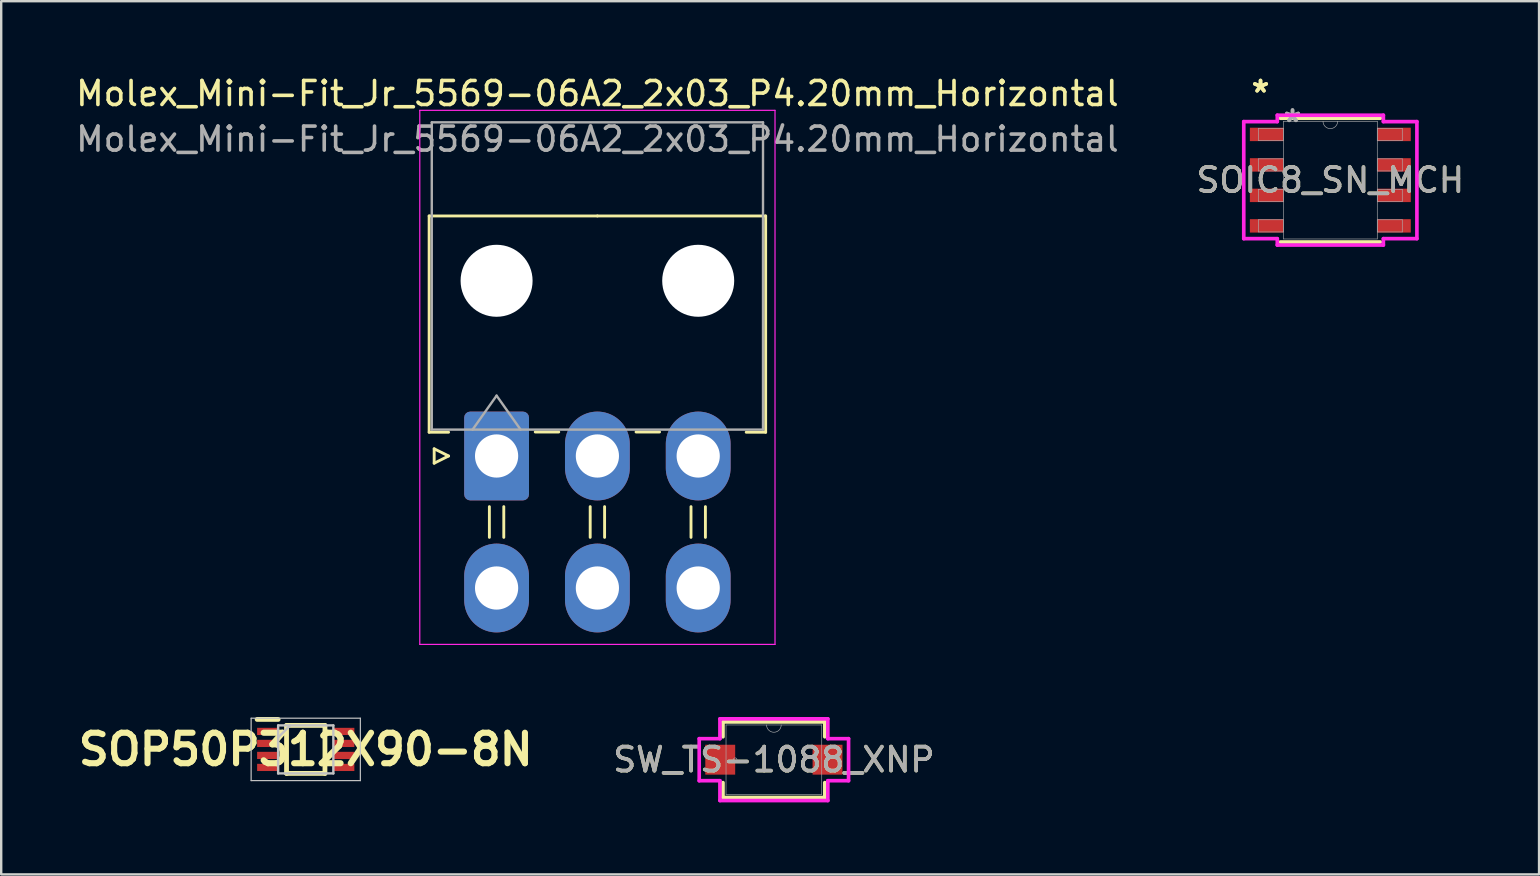
<source format=kicad_pcb>
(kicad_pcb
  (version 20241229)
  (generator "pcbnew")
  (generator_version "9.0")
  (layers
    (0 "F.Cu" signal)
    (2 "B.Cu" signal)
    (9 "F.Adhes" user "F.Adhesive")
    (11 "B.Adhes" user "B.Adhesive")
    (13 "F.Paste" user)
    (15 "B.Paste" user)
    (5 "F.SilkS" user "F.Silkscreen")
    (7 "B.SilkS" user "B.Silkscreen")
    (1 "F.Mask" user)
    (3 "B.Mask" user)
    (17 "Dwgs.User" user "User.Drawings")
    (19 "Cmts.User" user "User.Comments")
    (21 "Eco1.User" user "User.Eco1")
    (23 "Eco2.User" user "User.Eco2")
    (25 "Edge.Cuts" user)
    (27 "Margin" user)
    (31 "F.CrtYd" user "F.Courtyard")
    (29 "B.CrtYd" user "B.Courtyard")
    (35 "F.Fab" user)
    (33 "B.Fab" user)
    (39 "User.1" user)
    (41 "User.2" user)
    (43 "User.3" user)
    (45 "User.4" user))
  (footprint "SOIC8_SN_MCH"
    (layer "F.Cu")
    (at 52.375 4.455)
    (property "Reference" "SOIC8_SN_MCH" (at 0 0 0) (unlocked yes) (layer "F.SilkS") (effects (font (size 1 1) (thickness 0.15))))
    (attr smd)
    (fp_line (start -2.083 2.578) (end 2.083 2.578) (stroke (width 0.152) (type solid)) (layer "F.SilkS"))
    (fp_line (start 2.083 -2.578) (end -2.083 -2.578) (stroke (width 0.152) (type solid)) (layer "F.SilkS"))
    (fp_line (start -3.607 -2.438) (end -2.21 -2.438) (stroke (width 0.152) (type solid)) (layer "F.CrtYd"))
    (fp_line (start -3.607 2.438) (end -3.607 -2.438) (stroke (width 0.152) (type solid)) (layer "F.CrtYd"))
    (fp_line (start -3.607 2.438) (end -2.21 2.438) (stroke (width 0.152) (type solid)) (layer "F.CrtYd"))
    (fp_line (start -2.21 -2.705) (end 2.21 -2.705) (stroke (width 0.152) (type solid)) (layer "F.CrtYd"))
    (fp_line (start -2.21 -2.438) (end -2.21 -2.705) (stroke (width 0.152) (type solid)) (layer "F.CrtYd"))
    (fp_line (start -2.21 2.705) (end -2.21 2.438) (stroke (width 0.152) (type solid)) (layer "F.CrtYd"))
    (fp_line (start 2.21 -2.705) (end 2.21 -2.438) (stroke (width 0.152) (type solid)) (layer "F.CrtYd"))
    (fp_line (start 2.21 2.438) (end 2.21 2.705) (stroke (width 0.152) (type solid)) (layer "F.CrtYd"))
    (fp_line (start 2.21 2.705) (end -2.21 2.705) (stroke (width 0.152) (type solid)) (layer "F.CrtYd"))
    (fp_line (start 3.607 -2.438) (end 2.21 -2.438) (stroke (width 0.152) (type solid)) (layer "F.CrtYd"))
    (fp_line (start 3.607 -2.438) (end 3.607 2.438) (stroke (width 0.152) (type solid)) (layer "F.CrtYd"))
    (fp_line (start 3.607 2.438) (end 2.21 2.438) (stroke (width 0.152) (type solid)) (layer "F.CrtYd"))
    (fp_line (start -2.997 -2.159) (end -2.997 -1.651) (stroke (width 0.025) (type solid)) (layer "F.Fab"))
    (fp_line (start -2.997 -1.651) (end -1.956 -1.651) (stroke (width 0.025) (type solid)) (layer "F.Fab"))
    (fp_line (start -2.997 -0.889) (end -2.997 -0.381) (stroke (width 0.025) (type solid)) (layer "F.Fab"))
    (fp_line (start -2.997 -0.381) (end -1.956 -0.381) (stroke (width 0.025) (type solid)) (layer "F.Fab"))
    (fp_line (start -2.997 0.381) (end -2.997 0.889) (stroke (width 0.025) (type solid)) (layer "F.Fab"))
    (fp_line (start -2.997 0.889) (end -1.956 0.889) (stroke (width 0.025) (type solid)) (layer "F.Fab"))
    (fp_line (start -2.997 1.651) (end -2.997 2.159) (stroke (width 0.025) (type solid)) (layer "F.Fab"))
    (fp_line (start -2.997 2.159) (end -1.956 2.159) (stroke (width 0.025) (type solid)) (layer "F.Fab"))
    (fp_line (start -1.956 -2.451) (end -1.956 2.451) (stroke (width 0.025) (type solid)) (layer "F.Fab"))
    (fp_line (start -1.956 -2.159) (end -2.997 -2.159) (stroke (width 0.025) (type solid)) (layer "F.Fab"))
    (fp_line (start -1.956 -1.651) (end -1.956 -2.159) (stroke (width 0.025) (type solid)) (layer "F.Fab"))
    (fp_line (start -1.956 -0.889) (end -2.997 -0.889) (stroke (width 0.025) (type solid)) (layer "F.Fab"))
    (fp_line (start -1.956 -0.381) (end -1.956 -0.889) (stroke (width 0.025) (type solid)) (layer "F.Fab"))
    (fp_line (start -1.956 0.381) (end -2.997 0.381) (stroke (width 0.025) (type solid)) (layer "F.Fab"))
    (fp_line (start -1.956 0.889) (end -1.956 0.381) (stroke (width 0.025) (type solid)) (layer "F.Fab"))
    (fp_line (start -1.956 1.651) (end -2.997 1.651) (stroke (width 0.025) (type solid)) (layer "F.Fab"))
    (fp_line (start -1.956 2.159) (end -1.956 1.651) (stroke (width 0.025) (type solid)) (layer "F.Fab"))
    (fp_line (start -1.956 2.451) (end 1.956 2.451) (stroke (width 0.025) (type solid)) (layer "F.Fab"))
    (fp_line (start 1.956 -2.451) (end -1.956 -2.451) (stroke (width 0.025) (type solid)) (layer "F.Fab"))
    (fp_line (start 1.956 -2.159) (end 1.956 -1.651) (stroke (width 0.025) (type solid)) (layer "F.Fab"))
    (fp_line (start 1.956 -1.651) (end 2.997 -1.651) (stroke (width 0.025) (type solid)) (layer "F.Fab"))
    (fp_line (start 1.956 -0.889) (end 1.956 -0.381) (stroke (width 0.025) (type solid)) (layer "F.Fab"))
    (fp_line (start 1.956 -0.381) (end 2.997 -0.381) (stroke (width 0.025) (type solid)) (layer "F.Fab"))
    (fp_line (start 1.956 0.381) (end 1.956 0.889) (stroke (width 0.025) (type solid)) (layer "F.Fab"))
    (fp_line (start 1.956 0.889) (end 2.997 0.889) (stroke (width 0.025) (type solid)) (layer "F.Fab"))
    (fp_line (start 1.956 1.651) (end 1.956 2.159) (stroke (width 0.025) (type solid)) (layer "F.Fab"))
    (fp_line (start 1.956 2.159) (end 2.997 2.159) (stroke (width 0.025) (type solid)) (layer "F.Fab"))
    (fp_line (start 1.956 2.451) (end 1.956 -2.451) (stroke (width 0.025) (type solid)) (layer "F.Fab"))
    (fp_line (start 2.997 -2.159) (end 1.956 -2.159) (stroke (width 0.025) (type solid)) (layer "F.Fab"))
    (fp_line (start 2.997 -1.651) (end 2.997 -2.159) (stroke (width 0.025) (type solid)) (layer "F.Fab"))
    (fp_line (start 2.997 -0.889) (end 1.956 -0.889) (stroke (width 0.025) (type solid)) (layer "F.Fab"))
    (fp_line (start 2.997 -0.381) (end 2.997 -0.889) (stroke (width 0.025) (type solid)) (layer "F.Fab"))
    (fp_line (start 2.997 0.381) (end 1.956 0.381) (stroke (width 0.025) (type solid)) (layer "F.Fab"))
    (fp_line (start 2.997 0.889) (end 2.997 0.381) (stroke (width 0.025) (type solid)) (layer "F.Fab"))
    (fp_line (start 2.997 1.651) (end 1.956 1.651) (stroke (width 0.025) (type solid)) (layer "F.Fab"))
    (fp_line (start 2.997 2.159) (end 2.997 1.651) (stroke (width 0.025) (type solid)) (layer "F.Fab"))
    (fp_arc (start 0.3048 -2.4511) (mid 0 -2.1463) (end -0.3048 -2.4511) (stroke (width 0.0254) (type solid)) (layer "F.Fab"))
    (fp_text user "*" (at -2.908 -3.607 0) (unlocked yes) (layer "F.SilkS") (effects (font (size 1 1) (thickness 0.15))))
    (fp_text user "*" (at -2.908 -3.607 0) (layer "F.SilkS") (effects (font (size 1 1) (thickness 0.15))))
    (fp_text user "*" (at -1.575 -2.375 0) (layer "F.Fab") (effects (font (size 1 1) (thickness 0.15))))
    (fp_text user "${REFERENCE}" (at 0 0 0) (unlocked yes) (layer "F.Fab") (effects (font (size 1 1) (thickness 0.15))))
    (fp_text user "*" (at -1.575 -2.375 0) (unlocked yes) (layer "F.Fab") (effects (font (size 1 1) (thickness 0.15))))
    (pad "1" smd rect (at -2.654 -1.905) (size 1.397 0.559) (layers "F.Cu" "F.Mask" "F.Paste"))
    (pad "2" smd rect (at -2.654 -0.635) (size 1.397 0.559) (layers "F.Cu" "F.Mask" "F.Paste"))
    (pad "3" smd rect (at -2.654 0.635) (size 1.397 0.559) (layers "F.Cu" "F.Mask" "F.Paste"))
    (pad "4" smd rect (at -2.654 1.905) (size 1.397 0.559) (layers "F.Cu" "F.Mask" "F.Paste"))
    (pad "5" smd rect (at 2.654 1.905) (size 1.397 0.559) (layers "F.Cu" "F.Mask" "F.Paste"))
    (pad "6" smd rect (at 2.654 0.635) (size 1.397 0.559) (layers "F.Cu" "F.Mask" "F.Paste"))
    (pad "7" smd rect (at 2.654 -0.635) (size 1.397 0.559) (layers "F.Cu" "F.Mask" "F.Paste"))
    (pad "8" smd rect (at 2.654 -1.905) (size 1.397 0.559) (layers "F.Cu" "F.Mask" "F.Paste")))
  (footprint "SOP50P312X90-8N"
    (layer "F.Cu")
    (at 9.688 28.173)
    (property "Reference" "SOP50P312X90-8N" (at 0 0 0) (layer "F.SilkS") (effects (font (size 1.27 1.27) (thickness 0.254))))
    (attr smd)
    (fp_line (start -2.025 -1.25) (end -1.15 -1.25) (stroke (width 0.2) (type solid)) (layer "F.SilkS"))
    (fp_line (start -0.8 -1) (end 0.8 -1) (stroke (width 0.2) (type solid)) (layer "F.SilkS"))
    (fp_line (start -0.8 1) (end -0.8 -1) (stroke (width 0.2) (type solid)) (layer "F.SilkS"))
    (fp_line (start 0.8 -1) (end 0.8 1) (stroke (width 0.2) (type solid)) (layer "F.SilkS"))
    (fp_line (start 0.8 1) (end -0.8 1) (stroke (width 0.2) (type solid)) (layer "F.SilkS"))
    (fp_line (start -2.275 -1.3) (end 2.275 -1.3) (stroke (width 0.05) (type solid)) (layer "Dwgs.User"))
    (fp_line (start -2.275 1.3) (end -2.275 -1.3) (stroke (width 0.05) (type solid)) (layer "Dwgs.User"))
    (fp_line (start -1.15 -1) (end 1.15 -1) (stroke (width 0.1) (type solid)) (layer "Dwgs.User"))
    (fp_line (start -1.15 -0.5) (end -0.65 -1) (stroke (width 0.1) (type solid)) (layer "Dwgs.User"))
    (fp_line (start -1.15 1) (end -1.15 -1) (stroke (width 0.1) (type solid)) (layer "Dwgs.User"))
    (fp_line (start 1.15 -1) (end 1.15 1) (stroke (width 0.1) (type solid)) (layer "Dwgs.User"))
    (fp_line (start 1.15 1) (end -1.15 1) (stroke (width 0.1) (type solid)) (layer "Dwgs.User"))
    (fp_line (start 2.275 -1.3) (end 2.275 1.3) (stroke (width 0.05) (type solid)) (layer "Dwgs.User"))
    (fp_line (start 2.275 1.3) (end -2.275 1.3) (stroke (width 0.05) (type solid)) (layer "Dwgs.User"))
    (pad "1" smd rect (at -1.588 -0.75 90) (size 0.3 0.875) (layers "F.Cu" "F.Mask" "F.Paste"))
    (pad "2" smd rect (at -1.588 -0.25 90) (size 0.3 0.875) (layers "F.Cu" "F.Mask" "F.Paste"))
    (pad "3" smd rect (at -1.588 0.25 90) (size 0.3 0.875) (layers "F.Cu" "F.Mask" "F.Paste"))
    (pad "4" smd rect (at -1.588 0.75 90) (size 0.3 0.875) (layers "F.Cu" "F.Mask" "F.Paste"))
    (pad "5" smd rect (at 1.588 0.75 90) (size 0.3 0.875) (layers "F.Cu" "F.Mask" "F.Paste"))
    (pad "6" smd rect (at 1.588 0.25 90) (size 0.3 0.875) (layers "F.Cu" "F.Mask" "F.Paste"))
    (pad "7" smd rect (at 1.588 -0.25 90) (size 0.3 0.875) (layers "F.Cu" "F.Mask" "F.Paste"))
    (pad "8" smd rect (at 1.588 -0.75 90) (size 0.3 0.875) (layers "F.Cu" "F.Mask" "F.Paste")))
  (footprint "SW_TS-1088_XNP"
    (layer "F.Cu")
    (at 29.192 28.601)
    (property "Reference" "SW_TS-1088_XNP" (at 0 0 0) (unlocked yes) (layer "F.SilkS") (effects (font (size 1 1) (thickness 0.15))))
    (attr smd)
    (fp_line (start -2.121 -1.575) (end -2.121 -0.955) (stroke (width 0.152) (type solid)) (layer "F.SilkS"))
    (fp_line (start -2.121 0.955) (end -2.121 1.575) (stroke (width 0.152) (type solid)) (layer "F.SilkS"))
    (fp_line (start -2.121 1.575) (end 2.121 1.575) (stroke (width 0.152) (type solid)) (layer "F.SilkS"))
    (fp_line (start 2.121 -1.575) (end -2.121 -1.575) (stroke (width 0.152) (type solid)) (layer "F.SilkS"))
    (fp_line (start 2.121 -0.955) (end 2.121 -1.575) (stroke (width 0.152) (type solid)) (layer "F.SilkS"))
    (fp_line (start 2.121 1.575) (end 2.121 0.955) (stroke (width 0.152) (type solid)) (layer "F.SilkS"))
    (fp_line (start -3.111 -0.876) (end -2.248 -0.876) (stroke (width 0.152) (type solid)) (layer "F.CrtYd"))
    (fp_line (start -3.111 0.876) (end -3.111 -0.876) (stroke (width 0.152) (type solid)) (layer "F.CrtYd"))
    (fp_line (start -3.111 0.876) (end -2.248 0.876) (stroke (width 0.152) (type solid)) (layer "F.CrtYd"))
    (fp_line (start -2.248 -1.702) (end 2.248 -1.702) (stroke (width 0.152) (type solid)) (layer "F.CrtYd"))
    (fp_line (start -2.248 -0.876) (end -2.248 -1.702) (stroke (width 0.152) (type solid)) (layer "F.CrtYd"))
    (fp_line (start -2.248 1.702) (end -2.248 0.876) (stroke (width 0.152) (type solid)) (layer "F.CrtYd"))
    (fp_line (start 2.248 -1.702) (end 2.248 -0.876) (stroke (width 0.152) (type solid)) (layer "F.CrtYd"))
    (fp_line (start 2.248 0.876) (end 2.248 1.702) (stroke (width 0.152) (type solid)) (layer "F.CrtYd"))
    (fp_line (start 2.248 1.702) (end -2.248 1.702) (stroke (width 0.152) (type solid)) (layer "F.CrtYd"))
    (fp_line (start 3.111 -0.876) (end 2.248 -0.876) (stroke (width 0.152) (type solid)) (layer "F.CrtYd"))
    (fp_line (start 3.111 -0.876) (end 3.111 0.876) (stroke (width 0.152) (type solid)) (layer "F.CrtYd"))
    (fp_line (start 3.111 0.876) (end 2.248 0.876) (stroke (width 0.152) (type solid)) (layer "F.CrtYd"))
    (fp_line (start -1.994 -1.448) (end -1.994 1.448) (stroke (width 0.025) (type solid)) (layer "F.Fab"))
    (fp_line (start -1.994 1.448) (end 1.994 1.448) (stroke (width 0.025) (type solid)) (layer "F.Fab"))
    (fp_line (start 1.994 -1.448) (end -1.994 -1.448) (stroke (width 0.025) (type solid)) (layer "F.Fab"))
    (fp_line (start 1.994 1.448) (end 1.994 -1.448) (stroke (width 0.025) (type solid)) (layer "F.Fab"))
    (fp_arc (start 0.3048 -1.4478) (mid 0 -1.143) (end -0.3048 -1.4478) (stroke (width 0.0254) (type solid)) (layer "F.Fab"))
    (fp_circle (center -1.613 0) (end -1.537 0) (stroke (width 0.025) (type solid)) (fill no) (layer "F.Fab"))
    (fp_text user "${REFERENCE}" (at 0 0 0) (unlocked yes) (layer "F.Fab") (effects (font (size 1 1) (thickness 0.15))))
    (pad "1" smd rect (at -2.235 0) (size 1.245 1.245) (layers "F.Cu" "F.Mask" "F.Paste"))
    (pad "2" smd rect (at 2.235 0) (size 1.245 1.245) (layers "F.Cu" "F.Mask" "F.Paste")))
  (footprint "Molex_Mini-Fit_Jr_5569-06A2_2x03_P4.20mm_Horizontal"
    (layer "F.Cu")
    (at 17.639 15.948)
    (property "Reference" "Molex_Mini-Fit_Jr_5569-06A2_2x03_P4.20mm_Horizontal" (at 4.2 -15.1 0) (layer "F.SilkS") (effects (font (size 1 1) (thickness 0.15))))
    (attr through_hole)
    (fp_line (start -2.81 -10) (end 4.2 -10) (stroke (width 0.12) (type solid)) (layer "F.SilkS"))
    (fp_line (start -2.81 -0.99) (end -2.81 -10) (stroke (width 0.12) (type solid)) (layer "F.SilkS"))
    (fp_line (start -2.6 -0.3) (end -2 0) (stroke (width 0.12) (type solid)) (layer "F.SilkS"))
    (fp_line (start -2.6 0.3) (end -2.6 -0.3) (stroke (width 0.12) (type solid)) (layer "F.SilkS"))
    (fp_line (start -2 -0.99) (end -2.81 -0.99) (stroke (width 0.12) (type solid)) (layer "F.SilkS"))
    (fp_line (start -2 0) (end -2.6 0.3) (stroke (width 0.12) (type solid)) (layer "F.SilkS"))
    (fp_line (start -0.3 2.11) (end -0.3 3.39) (stroke (width 0.12) (type solid)) (layer "F.SilkS"))
    (fp_line (start 0.3 2.11) (end 0.3 3.39) (stroke (width 0.12) (type solid)) (layer "F.SilkS"))
    (fp_line (start 1.61 -1) (end 2.59 -1) (stroke (width 0.12) (type solid)) (layer "F.SilkS"))
    (fp_line (start 3.9 2.11) (end 3.9 3.39) (stroke (width 0.12) (type solid)) (layer "F.SilkS"))
    (fp_line (start 4.5 2.11) (end 4.5 3.39) (stroke (width 0.12) (type solid)) (layer "F.SilkS"))
    (fp_line (start 5.81 -1) (end 6.79 -1) (stroke (width 0.12) (type solid)) (layer "F.SilkS"))
    (fp_line (start 8.1 2.11) (end 8.1 3.39) (stroke (width 0.12) (type solid)) (layer "F.SilkS"))
    (fp_line (start 8.7 2.11) (end 8.7 3.39) (stroke (width 0.12) (type solid)) (layer "F.SilkS"))
    (fp_line (start 10.4 -0.99) (end 11.21 -0.99) (stroke (width 0.12) (type solid)) (layer "F.SilkS"))
    (fp_line (start 11.21 -10) (end 4.2 -10) (stroke (width 0.12) (type solid)) (layer "F.SilkS"))
    (fp_line (start 11.21 -0.99) (end 11.21 -10) (stroke (width 0.12) (type solid)) (layer "F.SilkS"))
    (fp_line (start -3.2 -14.4) (end -3.2 7.85) (stroke (width 0.05) (type solid)) (layer "F.CrtYd"))
    (fp_line (start -3.2 7.85) (end 11.6 7.85) (stroke (width 0.05) (type solid)) (layer "F.CrtYd"))
    (fp_line (start 11.6 -14.4) (end -3.2 -14.4) (stroke (width 0.05) (type solid)) (layer "F.CrtYd"))
    (fp_line (start 11.6 7.85) (end 11.6 -14.4) (stroke (width 0.05) (type solid)) (layer "F.CrtYd"))
    (fp_line (start -2.7 -13.9) (end -2.7 -1.1) (stroke (width 0.1) (type solid)) (layer "F.Fab"))
    (fp_line (start -2.7 -1.1) (end 11.1 -1.1) (stroke (width 0.1) (type solid)) (layer "F.Fab"))
    (fp_line (start -1 -1.1) (end 0 -2.514) (stroke (width 0.1) (type solid)) (layer "F.Fab"))
    (fp_line (start 0 -2.514) (end 1 -1.1) (stroke (width 0.1) (type solid)) (layer "F.Fab"))
    (fp_line (start 11.1 -13.9) (end -2.7 -13.9) (stroke (width 0.1) (type solid)) (layer "F.Fab"))
    (fp_line (start 11.1 -1.1) (end 11.1 -13.9) (stroke (width 0.1) (type solid)) (layer "F.Fab"))
    (fp_text user "${REFERENCE}" (at 4.2 -13.2 0) (layer "F.Fab") (effects (font (size 1 1) (thickness 0.15))))
    (pad "" np_thru_hole circle (at 0 -7.3) (size 3 3) (drill 3) (layers "*.Cu" "*.Mask"))
    (pad "" np_thru_hole circle (at 8.4 -7.3) (size 3 3) (drill 3) (layers "*.Cu" "*.Mask"))
    (pad "1" thru_hole roundrect (at 0 0) (size 2.7 3.7) (drill 1.8) (layers "*.Cu" "*.Mask") (roundrect_rratio 0.093))
    (pad "2" thru_hole oval (at 4.2 0) (size 2.7 3.7) (drill 1.8) (layers "*.Cu" "*.Mask"))
    (pad "3" thru_hole oval (at 8.4 0) (size 2.7 3.7) (drill 1.8) (layers "*.Cu" "*.Mask"))
    (pad "4" thru_hole oval (at 0 5.5) (size 2.7 3.7) (drill 1.8) (layers "*.Cu" "*.Mask"))
    (pad "5" thru_hole oval (at 4.2 5.5) (size 2.7 3.7) (drill 1.8) (layers "*.Cu" "*.Mask"))
    (pad "6" thru_hole oval (at 8.4 5.5) (size 2.7 3.7) (drill 1.8) (layers "*.Cu" "*.Mask")))
  (gr_rect
    (start -3 -3)
    (end 61.071 33.379)
    (stroke (width 0.1) (type default))
    (fill no)
    (layer "Edge.Cuts")))
</source>
